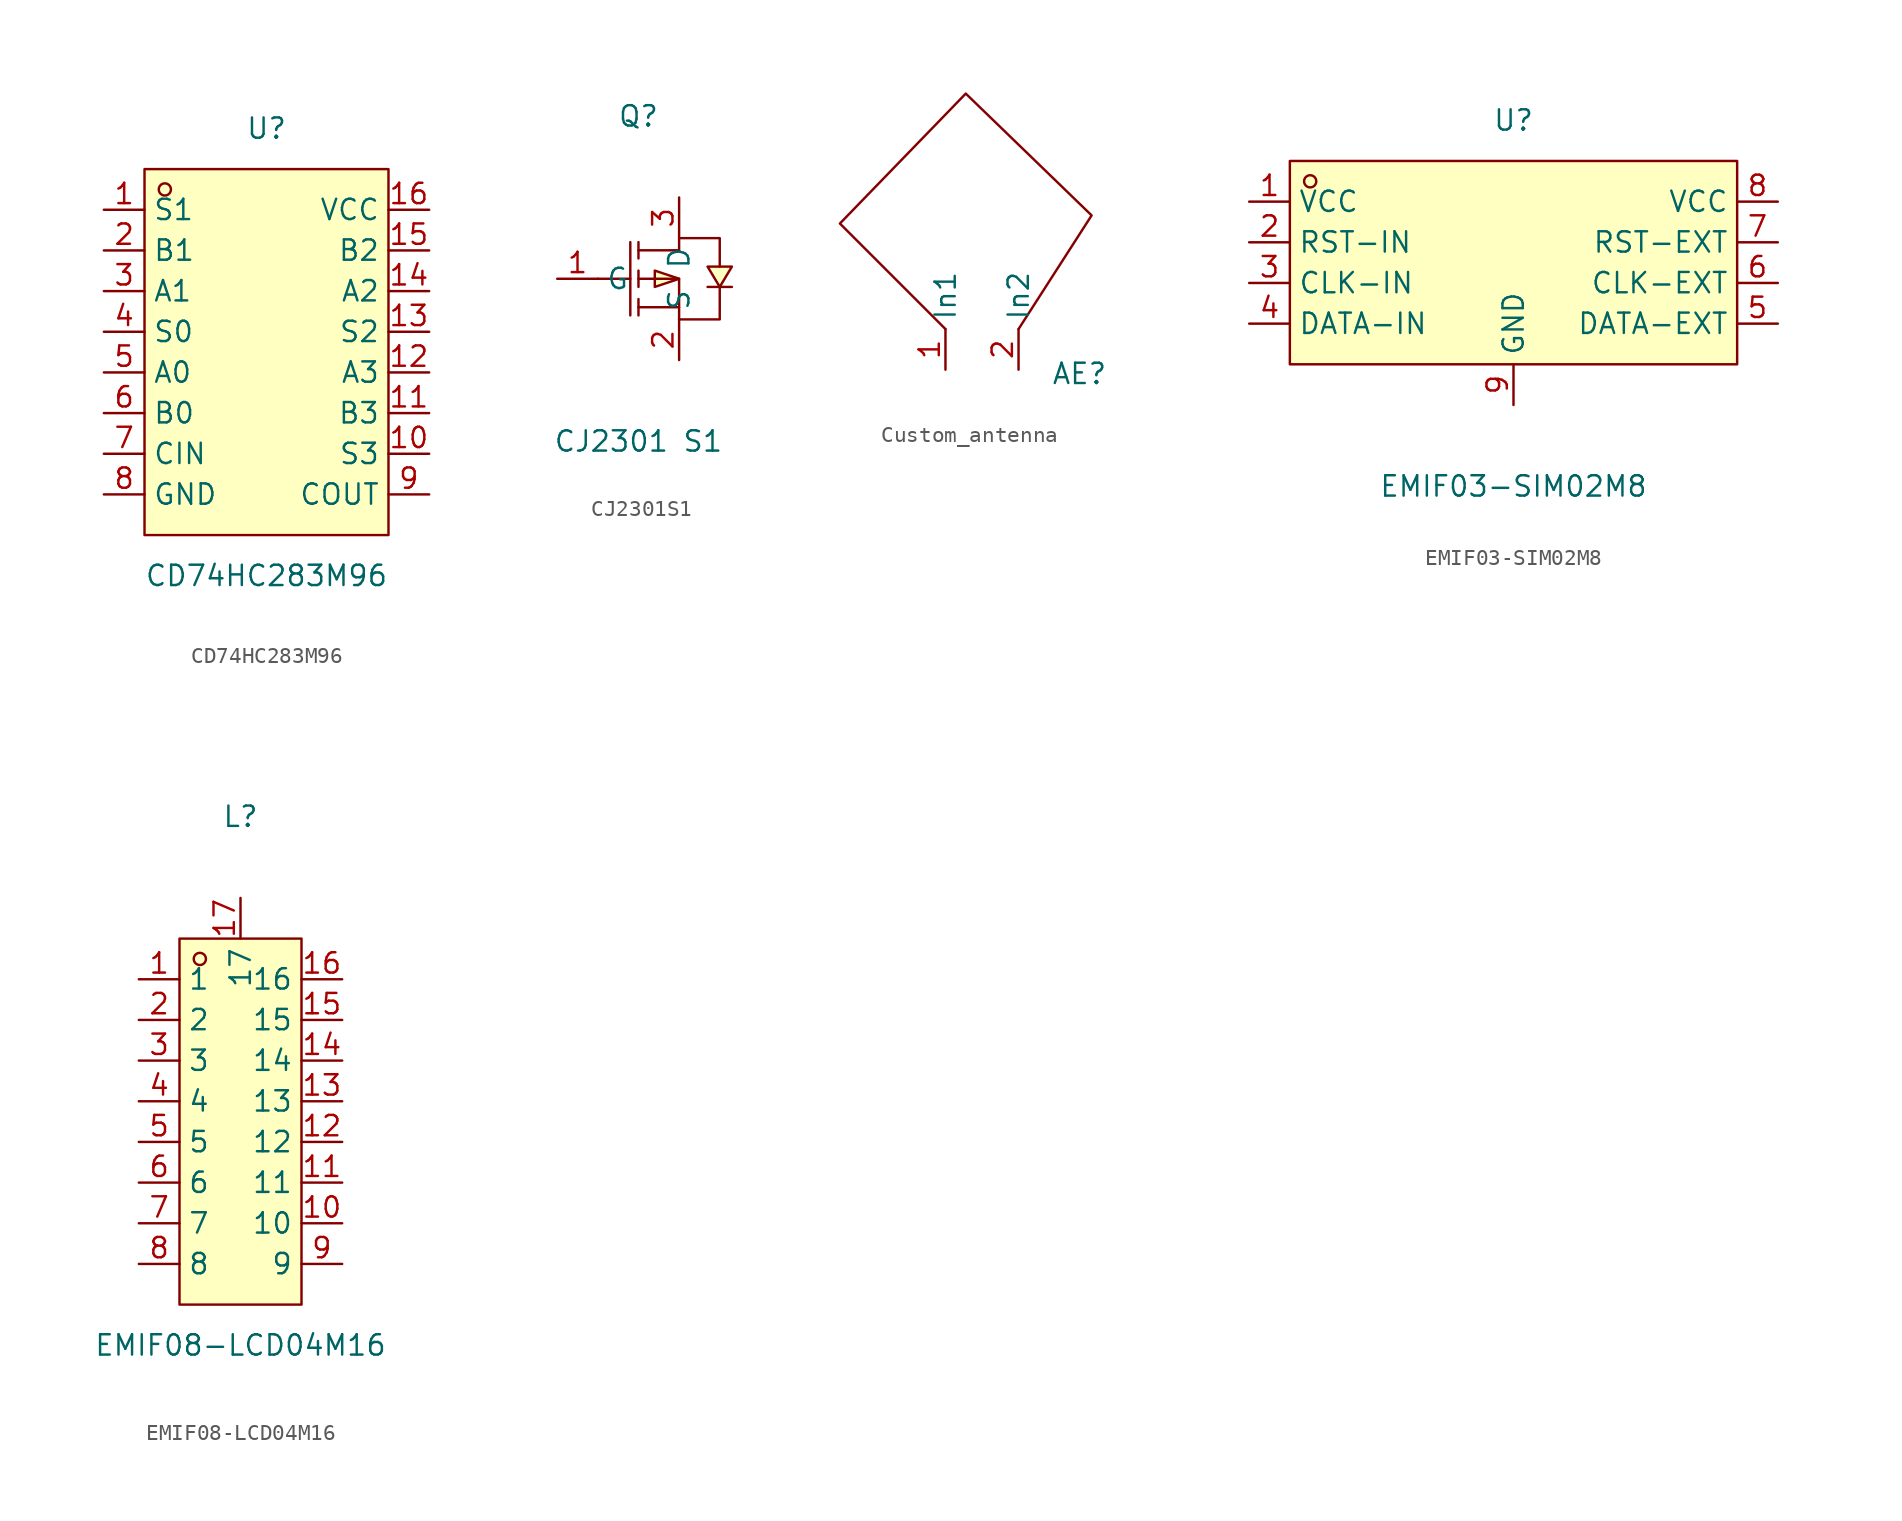
<source format=kicad_sym>
(kicad_symbol_lib
  (version 20220914)
  (generator kicad_symbol_editor)
  (symbol "CD74HC283M96"
    (property "Reference" "U"
      (at 0 13.97 0)
      (effects (font (size 1.27 1.27))))
    (property "Value" "CD74HC283M96"
      (at 0 -13.97 0)
      (effects (font (size 1.27 1.27))))
    (symbol "CD74HC283M96_0_1"
      (rectangle (start -7.62 11.43) (end 7.62 -11.43) (stroke (width 0) (type default)) (fill (type background)))
      (circle (center -6.35 10.16) (radius 0.38) (stroke (width 0) (type default)) (fill (type none)))
      (pin unspecified line (at -10.16 8.89 0) (length 2.54) (name "S1" (effects (font (size 1.27 1.27)))) (number "1" (effects (font (size 1.27 1.27)))))
      (pin unspecified line (at 10.16 -6.35 180) (length 2.54) (name "S3" (effects (font (size 1.27 1.27)))) (number "10" (effects (font (size 1.27 1.27)))))
      (pin unspecified line (at 10.16 -3.81 180) (length 2.54) (name "B3" (effects (font (size 1.27 1.27)))) (number "11" (effects (font (size 1.27 1.27)))))
      (pin unspecified line (at 10.16 -1.27 180) (length 2.54) (name "A3" (effects (font (size 1.27 1.27)))) (number "12" (effects (font (size 1.27 1.27)))))
      (pin unspecified line (at 10.16 1.27 180) (length 2.54) (name "S2" (effects (font (size 1.27 1.27)))) (number "13" (effects (font (size 1.27 1.27)))))
      (pin unspecified line (at 10.16 3.81 180) (length 2.54) (name "A2" (effects (font (size 1.27 1.27)))) (number "14" (effects (font (size 1.27 1.27)))))
      (pin unspecified line (at 10.16 6.35 180) (length 2.54) (name "B2" (effects (font (size 1.27 1.27)))) (number "15" (effects (font (size 1.27 1.27)))))
      (pin unspecified line (at 10.16 8.89 180) (length 2.54) (name "VCC" (effects (font (size 1.27 1.27)))) (number "16" (effects (font (size 1.27 1.27)))))
      (pin unspecified line (at -10.16 6.35 0) (length 2.54) (name "B1" (effects (font (size 1.27 1.27)))) (number "2" (effects (font (size 1.27 1.27)))))
      (pin unspecified line (at -10.16 3.81 0) (length 2.54) (name "A1" (effects (font (size 1.27 1.27)))) (number "3" (effects (font (size 1.27 1.27)))))
      (pin unspecified line (at -10.16 1.27 0) (length 2.54) (name "S0" (effects (font (size 1.27 1.27)))) (number "4" (effects (font (size 1.27 1.27)))))
      (pin unspecified line (at -10.16 -1.27 0) (length 2.54) (name "A0" (effects (font (size 1.27 1.27)))) (number "5" (effects (font (size 1.27 1.27)))))
      (pin unspecified line (at -10.16 -3.81 0) (length 2.54) (name "B0" (effects (font (size 1.27 1.27)))) (number "6" (effects (font (size 1.27 1.27)))))
      (pin unspecified line (at -10.16 -6.35 0) (length 2.54) (name "CIN" (effects (font (size 1.27 1.27)))) (number "7" (effects (font (size 1.27 1.27)))))
      (pin unspecified line (at -10.16 -8.89 0) (length 2.54) (name "GND" (effects (font (size 1.27 1.27)))) (number "8" (effects (font (size 1.27 1.27)))))
      (pin unspecified line (at 10.16 -8.89 180) (length 2.54) (name "COUT" (effects (font (size 1.27 1.27)))) (number "9" (effects (font (size 1.27 1.27)))))))
  (symbol "CJ2301S1"
    (property "Reference" "Q"
      (at 0 10.16 0)
      (effects (font (size 1.27 1.27))))
    (property "Value" "CJ2301 S1"
      (at 0 -10.16 0)
      (effects (font (size 1.27 1.27))))
    (symbol "CJ2301S1_0_1"
      (polyline (pts (xy -2.54 0) (xy -0.51 0)) (stroke (width 0) (type default)) (fill (type none)))
      (polyline (pts (xy -0.51 2.29) (xy -0.51 -2.29)) (stroke (width 0) (type default)) (fill (type none)))
      (polyline (pts (xy 0 -2.29) (xy 0 -1.27)) (stroke (width 0) (type default)) (fill (type none)))
      (polyline (pts (xy 0 -0.51) (xy 0 0.51)) (stroke (width 0) (type default)) (fill (type none)))
      (polyline (pts (xy 0 1.27) (xy 0 2.29)) (stroke (width 0) (type default)) (fill (type none)))
      (polyline (pts (xy 2.54 -1.78) (xy 0 -1.78)) (stroke (width 0) (type default)) (fill (type none)))
      (polyline (pts (xy 2.54 1.78) (xy 0 1.78)) (stroke (width 0) (type default)) (fill (type none)))
      (polyline (pts (xy 0 0) (xy 2.54 0) (xy 2.54 -2.54)) (stroke (width 0) (type default)) (fill (type none)))
      (polyline (pts (xy 2.54 -2.54) (xy 5.08 -2.54) (xy 5.08 -0.51)) (stroke (width 0) (type default)) (fill (type none)))
      (polyline (pts (xy 2.54 0) (xy 1.02 0.51) (xy 1.02 -0.51) (xy 2.54 0)) (stroke (width 0) (type default)) (fill (type background)))
      (polyline (pts (xy 2.54 1.78) (xy 2.54 2.54) (xy 5.08 2.54) (xy 5.08 0.76)) (stroke (width 0) (type default)) (fill (type none)))
      (polyline (pts (xy 5.08 -0.51) (xy 5.84 0.76) (xy 4.32 0.76) (xy 5.08 -0.51)) (stroke (width 0) (type default)) (fill (type background)))
      (polyline (pts (xy 5.84 -0.51) (xy 5.59 -0.51) (xy 4.57 -0.51) (xy 4.32 -0.51)) (stroke (width 0) (type default)) (fill (type none)))
      (pin unspecified line (at -5.08 0 0) (length 2.54) (name "G" (effects (font (size 1.27 1.27)))) (number "1" (effects (font (size 1.27 1.27)))))
      (pin unspecified line (at 2.54 -5.08 90) (length 2.54) (name "S" (effects (font (size 1.27 1.27)))) (number "2" (effects (font (size 1.27 1.27)))))
      (pin unspecified line (at 2.54 5.08 270) (length 2.54) (name "D" (effects (font (size 1.27 1.27)))) (number "3" (effects (font (size 1.27 1.27)))))))
  (symbol "Custom_antenna"
    (property "Reference" "AE"
      (at 2.794 -10.16 0)
      (effects (font (size 1.27 1.27))))
    (property "Value" ""
      (at 0 0 0)
      (effects (font (size 1.27 1.27))))
    (symbol "Custom_antenna_0_1"
      (polyline (pts (xy -5.588 -7.366) (xy -12.192 -0.762) (xy -4.318 7.366) (xy 3.556 -0.254) (xy -1.016 -7.366)) (stroke (width 0) (type default)) (fill (type none))))
    (symbol "Custom_antenna_1_1"
      (pin bidirectional line (at -5.588 -9.906 90) (length 2.54) (name "In1" (effects (font (size 1.27 1.27)))) (number "1" (effects (font (size 1.27 1.27)))))
      (pin bidirectional line (at -1.016 -9.906 90) (length 2.54) (name "In2" (effects (font (size 1.27 1.27)))) (number "2" (effects (font (size 1.27 1.27)))))))
  (symbol "EMIF03-SIM02M8"
    (property "Reference" "U"
      (at 0 10.16 0)
      (effects (font (size 1.27 1.27))))
    (property "Value" "EMIF03-SIM02M8"
      (at 0 -12.7 0)
      (effects (font (size 1.27 1.27))))
    (symbol "EMIF03-SIM02M8_0_1"
      (rectangle (start -13.97 7.62) (end 13.97 -5.08) (stroke (width 0) (type default)) (fill (type background)))
      (circle (center -12.7 6.35) (radius 0.38) (stroke (width 0) (type default)) (fill (type none)))
      (pin unspecified line (at -16.51 5.08 0) (length 2.54) (name "VCC" (effects (font (size 1.27 1.27)))) (number "1" (effects (font (size 1.27 1.27)))))
      (pin unspecified line (at -16.51 2.54 0) (length 2.54) (name "RST-IN" (effects (font (size 1.27 1.27)))) (number "2" (effects (font (size 1.27 1.27)))))
      (pin unspecified line (at -16.51 0 0) (length 2.54) (name "CLK-IN" (effects (font (size 1.27 1.27)))) (number "3" (effects (font (size 1.27 1.27)))))
      (pin unspecified line (at -16.51 -2.54 0) (length 2.54) (name "DATA-IN" (effects (font (size 1.27 1.27)))) (number "4" (effects (font (size 1.27 1.27)))))
      (pin unspecified line (at 16.51 -2.54 180) (length 2.54) (name "DATA-EXT" (effects (font (size 1.27 1.27)))) (number "5" (effects (font (size 1.27 1.27)))))
      (pin unspecified line (at 16.51 0 180) (length 2.54) (name "CLK-EXT" (effects (font (size 1.27 1.27)))) (number "6" (effects (font (size 1.27 1.27)))))
      (pin unspecified line (at 16.51 2.54 180) (length 2.54) (name "RST-EXT" (effects (font (size 1.27 1.27)))) (number "7" (effects (font (size 1.27 1.27)))))
      (pin unspecified line (at 16.51 5.08 180) (length 2.54) (name "VCC" (effects (font (size 1.27 1.27)))) (number "8" (effects (font (size 1.27 1.27)))))
      (pin unspecified line (at 0 -7.62 90) (length 2.54) (name "GND" (effects (font (size 1.27 1.27)))) (number "9" (effects (font (size 1.27 1.27)))))))
  (symbol "EMIF08-LCD04M16"
    (property "Reference" "L"
      (at 0 19.05 0)
      (effects (font (size 1.27 1.27))))
    (property "Value" "EMIF08-LCD04M16"
      (at 0 -13.97 0)
      (effects (font (size 1.27 1.27))))
    (symbol "EMIF08-LCD04M16_0_1"
      (rectangle (start -3.81 11.43) (end 3.81 -11.43) (stroke (width 0) (type default)) (fill (type background)))
      (circle (center -2.54 10.16) (radius 0.38) (stroke (width 0) (type default)) (fill (type none)))
      (pin unspecified line (at -6.35 8.89 0) (length 2.54) (name "1" (effects (font (size 1.27 1.27)))) (number "1" (effects (font (size 1.27 1.27)))))
      (pin unspecified line (at 6.35 -6.35 180) (length 2.54) (name "10" (effects (font (size 1.27 1.27)))) (number "10" (effects (font (size 1.27 1.27)))))
      (pin unspecified line (at 6.35 -3.81 180) (length 2.54) (name "11" (effects (font (size 1.27 1.27)))) (number "11" (effects (font (size 1.27 1.27)))))
      (pin unspecified line (at 6.35 -1.27 180) (length 2.54) (name "12" (effects (font (size 1.27 1.27)))) (number "12" (effects (font (size 1.27 1.27)))))
      (pin unspecified line (at 6.35 1.27 180) (length 2.54) (name "13" (effects (font (size 1.27 1.27)))) (number "13" (effects (font (size 1.27 1.27)))))
      (pin unspecified line (at 6.35 3.81 180) (length 2.54) (name "14" (effects (font (size 1.27 1.27)))) (number "14" (effects (font (size 1.27 1.27)))))
      (pin unspecified line (at 6.35 6.35 180) (length 2.54) (name "15" (effects (font (size 1.27 1.27)))) (number "15" (effects (font (size 1.27 1.27)))))
      (pin unspecified line (at 6.35 8.89 180) (length 2.54) (name "16" (effects (font (size 1.27 1.27)))) (number "16" (effects (font (size 1.27 1.27)))))
      (pin unspecified line (at 0 13.97 270) (length 2.54) (name "17" (effects (font (size 1.27 1.27)))) (number "17" (effects (font (size 1.27 1.27)))))
      (pin unspecified line (at -6.35 6.35 0) (length 2.54) (name "2" (effects (font (size 1.27 1.27)))) (number "2" (effects (font (size 1.27 1.27)))))
      (pin unspecified line (at -6.35 3.81 0) (length 2.54) (name "3" (effects (font (size 1.27 1.27)))) (number "3" (effects (font (size 1.27 1.27)))))
      (pin unspecified line (at -6.35 1.27 0) (length 2.54) (name "4" (effects (font (size 1.27 1.27)))) (number "4" (effects (font (size 1.27 1.27)))))
      (pin unspecified line (at -6.35 -1.27 0) (length 2.54) (name "5" (effects (font (size 1.27 1.27)))) (number "5" (effects (font (size 1.27 1.27)))))
      (pin unspecified line (at -6.35 -3.81 0) (length 2.54) (name "6" (effects (font (size 1.27 1.27)))) (number "6" (effects (font (size 1.27 1.27)))))
      (pin unspecified line (at -6.35 -6.35 0) (length 2.54) (name "7" (effects (font (size 1.27 1.27)))) (number "7" (effects (font (size 1.27 1.27)))))
      (pin unspecified line (at -6.35 -8.89 0) (length 2.54) (name "8" (effects (font (size 1.27 1.27)))) (number "8" (effects (font (size 1.27 1.27)))))
      (pin unspecified line (at 6.35 -8.89 180) (length 2.54) (name "9" (effects (font (size 1.27 1.27)))) (number "9" (effects (font (size 1.27 1.27))))))))
</source>
